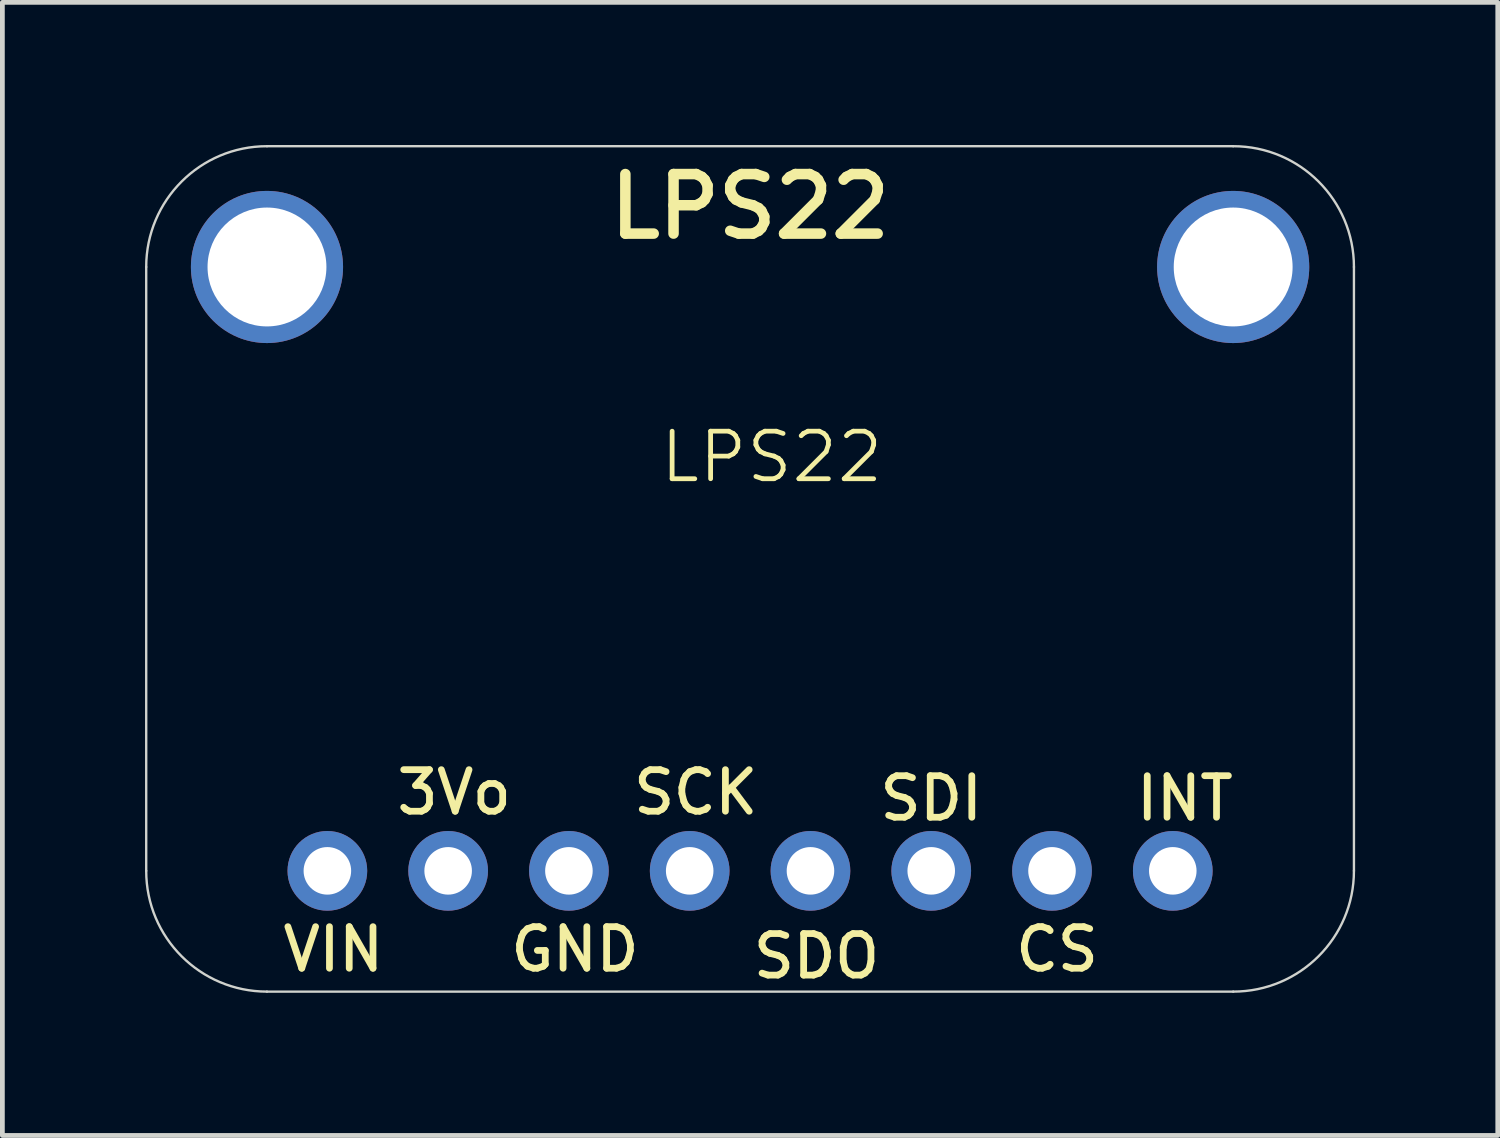
<source format=kicad_pcb>
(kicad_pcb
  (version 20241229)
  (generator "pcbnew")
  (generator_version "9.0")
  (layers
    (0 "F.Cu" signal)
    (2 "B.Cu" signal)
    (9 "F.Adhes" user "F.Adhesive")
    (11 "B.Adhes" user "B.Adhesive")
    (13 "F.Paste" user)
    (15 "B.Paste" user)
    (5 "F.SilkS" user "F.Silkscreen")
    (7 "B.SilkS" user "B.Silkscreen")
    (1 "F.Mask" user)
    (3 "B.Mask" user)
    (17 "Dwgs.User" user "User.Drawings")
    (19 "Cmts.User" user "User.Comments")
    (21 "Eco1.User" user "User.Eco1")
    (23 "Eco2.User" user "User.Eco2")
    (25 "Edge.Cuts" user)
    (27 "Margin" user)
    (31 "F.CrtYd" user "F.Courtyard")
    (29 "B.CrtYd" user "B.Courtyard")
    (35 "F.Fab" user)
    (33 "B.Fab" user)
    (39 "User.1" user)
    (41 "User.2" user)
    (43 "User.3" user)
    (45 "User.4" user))
  (footprint "LPS22"
    (layer "F.Cu")
    (at 13.181 7.061)
    (property "Reference" "LPS22" (at 0 -0.5 0) (unlocked yes) (layer "F.SilkS") (effects (font (size 1 1) (thickness 0.1))))
    (attr through_hole)
    (fp_line (start -13.156 -4.496) (end -13.156 8.204) (stroke (width 0.05) (type solid)) (layer "Edge.Cuts"))
    (fp_line (start -10.616 10.744) (end 9.704 10.744) (stroke (width 0.05) (type solid)) (layer "Edge.Cuts"))
    (fp_line (start 9.704 -7.036) (end -10.616 -7.036) (stroke (width 0.05) (type solid)) (layer "Edge.Cuts"))
    (fp_line (start 12.244 8.204) (end 12.244 -4.496) (stroke (width 0.05) (type solid)) (layer "Edge.Cuts"))
    (fp_arc (start -13.156051 -4.496051) (mid -12.412102 -6.292102) (end -10.616051 -7.036051) (stroke (width 0.05) (type solid)) (layer "Edge.Cuts"))
    (fp_arc (start -10.616051 10.743949) (mid -12.412102 10) (end -13.156051 8.203949) (stroke (width 0.05) (type solid)) (layer "Edge.Cuts"))
    (fp_arc (start 9.703949 -7.036051) (mid 11.5 -6.292102) (end 12.243949 -4.496051) (stroke (width 0.05) (type solid)) (layer "Edge.Cuts"))
    (fp_arc (start 12.243949 8.203949) (mid 11.5 10) (end 9.703949 10.743949) (stroke (width 0.05) (type solid)) (layer "Edge.Cuts"))
    (fp_text user "3Vo" (at -6.679 6.553 0) (unlocked yes) (layer "F.SilkS") (effects (font (size 0.874 0.874) (thickness 0.142))))
    (fp_text user "SDO" (at 0.941 10 0) (unlocked yes) (layer "F.SilkS") (effects (font (size 0.874 0.874) (thickness 0.142))))
    (fp_text user "CS" (at 6 9.855 0) (unlocked yes) (layer "F.SilkS") (effects (font (size 0.874 0.874) (thickness 0.142))))
    (fp_text user "LPS22" (at -0.456 -5.766 0) (unlocked yes) (layer "F.SilkS") (effects (font (size 1.252 1.252) (thickness 0.221))))
    (fp_text user "SCK" (at -1.599 6.553 0) (unlocked yes) (layer "F.SilkS") (effects (font (size 0.874 0.874) (thickness 0.142))))
    (fp_text user "VIN" (at -9.219 9.855 0) (unlocked yes) (layer "F.SilkS") (effects (font (size 0.874 0.874) (thickness 0.142))))
    (fp_text user "INT" (at 8.688 6.68 0) (unlocked yes) (layer "F.SilkS") (effects (font (size 0.874 0.874) (thickness 0.142))))
    (fp_text user "GND" (at -4.139 9.855 0) (unlocked yes) (layer "F.SilkS") (effects (font (size 0.874 0.874) (thickness 0.142))))
    (fp_text user "SDI" (at 3.354 6.68 0) (unlocked yes) (layer "F.SilkS") (effects (font (size 0.874 0.874) (thickness 0.142))))
    (pad "1" thru_hole circle (at -9.346 8.204 90) (size 1.676 1.676) (drill 1) (layers "*.Cu" "*.Mask"))
    (pad "2" thru_hole circle (at -6.806 8.204 90) (size 1.676 1.676) (drill 1) (layers "*.Cu" "*.Mask"))
    (pad "3" thru_hole circle (at -4.266 8.204 90) (size 1.676 1.676) (drill 1) (layers "*.Cu" "*.Mask"))
    (pad "4" thru_hole circle (at -1.726 8.204 90) (size 1.676 1.676) (drill 1) (layers "*.Cu" "*.Mask"))
    (pad "5" thru_hole circle (at 0.814 8.204 90) (size 1.676 1.676) (drill 1) (layers "*.Cu" "*.Mask"))
    (pad "6" thru_hole circle (at 3.354 8.204 90) (size 1.676 1.676) (drill 1) (layers "*.Cu" "*.Mask"))
    (pad "7" thru_hole circle (at 5.894 8.204 90) (size 1.676 1.676) (drill 1) (layers "*.Cu" "*.Mask"))
    (pad "8" thru_hole circle (at 8.434 8.204 90) (size 1.676 1.676) (drill 1) (layers "*.Cu" "*.Mask"))
    (pad "P$1" thru_hole circle (at -10.616 -4.496) (size 3.2 3.2) (drill 2.5) (layers "*.Cu" "*.Mask"))
    (pad "P$1" thru_hole circle (at 9.704 -4.496) (size 3.2 3.2) (drill 2.5) (layers "*.Cu" "*.Mask"))
    (zone (net_name "") (layer "F.Cu") (hatch edge 0.5) (connect_pads) (min_thickness 0.25) (filled_areas_thickness no) (keepout (tracks not_allowed) (vias not_allowed) (pads not_allowed) (copperpour not_allowed) (footprints allowed)) (placement (enabled no)) (fill) (polygon (pts (xy 4.581 2.565) (xy 4.561 2.284) (xy 4.503 2.009) (xy 4.407 1.745) (xy 4.275 1.497) (xy 4.109 1.269) (xy 3.914 1.067) (xy 3.692 0.894) (xy 3.449 0.753) (xy 3.188 0.648) (xy 2.915 0.58) (xy 2.635 0.55) (xy 2.354 0.56) (xy 2.077 0.609) (xy 1.81 0.696) (xy 1.557 0.819) (xy 1.324 0.976) (xy 1.115 1.165) (xy 0.934 1.38) (xy 0.785 1.619) (xy 0.671 1.875) (xy 0.593 2.146) (xy 0.554 2.424) (xy 0.554 2.706) (xy 0.593 2.984) (xy 0.671 3.255) (xy 0.785 3.511) (xy 0.934 3.75) (xy 1.115 3.965) (xy 1.324 4.154) (xy 1.557 4.311) (xy 1.81 4.434) (xy 2.077 4.521) (xy 2.354 4.57) (xy 2.635 4.58) (xy 2.915 4.55) (xy 3.188 4.482) (xy 3.449 4.377) (xy 3.692 4.236) (xy 3.914 4.063) (xy 4.109 3.861) (xy 4.275 3.633) (xy 4.407 3.385) (xy 4.503 3.121) (xy 4.561 2.846))) (polygon (pts (xy 2.549 2.565) (xy 2.554 2.576) (xy 2.565 2.581) (xy 2.576 2.576) (xy 2.581 2.565) (xy 2.576 2.554) (xy 2.565 2.549) (xy 2.554 2.554))))
    (zone (net_name "") (layer "F.Cu") (hatch edge 0.5) (connect_pads) (min_thickness 0.25) (filled_areas_thickness no) (keepout (tracks not_allowed) (vias not_allowed) (pads not_allowed) (copperpour not_allowed) (footprints allowed)) (placement (enabled no)) (fill) (polygon (pts (xy 24.901 2.565) (xy 24.881 2.284) (xy 24.823 2.009) (xy 24.727 1.745) (xy 24.595 1.497) (xy 24.429 1.269) (xy 24.234 1.067) (xy 24.012 0.894) (xy 23.769 0.753) (xy 23.508 0.648) (xy 23.235 0.58) (xy 22.955 0.55) (xy 22.674 0.56) (xy 22.397 0.609) (xy 22.13 0.696) (xy 21.877 0.819) (xy 21.644 0.976) (xy 21.435 1.165) (xy 21.254 1.38) (xy 21.105 1.619) (xy 20.991 1.875) (xy 20.913 2.146) (xy 20.874 2.424) (xy 20.874 2.706) (xy 20.913 2.984) (xy 20.991 3.255) (xy 21.105 3.511) (xy 21.254 3.75) (xy 21.435 3.965) (xy 21.644 4.154) (xy 21.877 4.311) (xy 22.13 4.434) (xy 22.397 4.521) (xy 22.674 4.57) (xy 22.955 4.58) (xy 23.235 4.55) (xy 23.508 4.482) (xy 23.769 4.377) (xy 24.012 4.236) (xy 24.234 4.063) (xy 24.429 3.861) (xy 24.595 3.633) (xy 24.727 3.385) (xy 24.823 3.121) (xy 24.881 2.846))) (polygon (pts (xy 22.869 2.565) (xy 22.874 2.576) (xy 22.885 2.581) (xy 22.896 2.576) (xy 22.901 2.565) (xy 22.896 2.554) (xy 22.885 2.549) (xy 22.874 2.554))))
    (zone (net_name "") (layer "B.Cu") (hatch edge 0.5) (connect_pads) (min_thickness 0.25) (filled_areas_thickness no) (keepout (tracks not_allowed) (vias not_allowed) (pads not_allowed) (copperpour not_allowed) (footprints allowed)) (placement (enabled no)) (fill) (polygon (pts (xy 4.581 2.565) (xy 4.561 2.284) (xy 4.503 2.009) (xy 4.407 1.745) (xy 4.275 1.497) (xy 4.109 1.269) (xy 3.914 1.067) (xy 3.692 0.894) (xy 3.449 0.753) (xy 3.188 0.648) (xy 2.915 0.58) (xy 2.635 0.55) (xy 2.354 0.56) (xy 2.077 0.609) (xy 1.81 0.696) (xy 1.557 0.819) (xy 1.324 0.976) (xy 1.115 1.165) (xy 0.934 1.38) (xy 0.785 1.619) (xy 0.671 1.875) (xy 0.593 2.146) (xy 0.554 2.424) (xy 0.554 2.706) (xy 0.593 2.984) (xy 0.671 3.255) (xy 0.785 3.511) (xy 0.934 3.75) (xy 1.115 3.965) (xy 1.324 4.154) (xy 1.557 4.311) (xy 1.81 4.434) (xy 2.077 4.521) (xy 2.354 4.57) (xy 2.635 4.58) (xy 2.915 4.55) (xy 3.188 4.482) (xy 3.449 4.377) (xy 3.692 4.236) (xy 3.914 4.063) (xy 4.109 3.861) (xy 4.275 3.633) (xy 4.407 3.385) (xy 4.503 3.121) (xy 4.561 2.846))) (polygon (pts (xy 2.549 2.565) (xy 2.554 2.576) (xy 2.565 2.581) (xy 2.576 2.576) (xy 2.581 2.565) (xy 2.576 2.554) (xy 2.565 2.549) (xy 2.554 2.554))))
    (zone (net_name "") (layer "B.Cu") (hatch edge 0.5) (connect_pads) (min_thickness 0.25) (filled_areas_thickness no) (keepout (tracks not_allowed) (vias not_allowed) (pads not_allowed) (copperpour not_allowed) (footprints allowed)) (placement (enabled no)) (fill) (polygon (pts (xy 24.901 2.565) (xy 24.881 2.284) (xy 24.823 2.009) (xy 24.727 1.745) (xy 24.595 1.497) (xy 24.429 1.269) (xy 24.234 1.067) (xy 24.012 0.894) (xy 23.769 0.753) (xy 23.508 0.648) (xy 23.235 0.58) (xy 22.955 0.55) (xy 22.674 0.56) (xy 22.397 0.609) (xy 22.13 0.696) (xy 21.877 0.819) (xy 21.644 0.976) (xy 21.435 1.165) (xy 21.254 1.38) (xy 21.105 1.619) (xy 20.991 1.875) (xy 20.913 2.146) (xy 20.874 2.424) (xy 20.874 2.706) (xy 20.913 2.984) (xy 20.991 3.255) (xy 21.105 3.511) (xy 21.254 3.75) (xy 21.435 3.965) (xy 21.644 4.154) (xy 21.877 4.311) (xy 22.13 4.434) (xy 22.397 4.521) (xy 22.674 4.57) (xy 22.955 4.58) (xy 23.235 4.55) (xy 23.508 4.482) (xy 23.769 4.377) (xy 24.012 4.236) (xy 24.234 4.063) (xy 24.429 3.861) (xy 24.595 3.633) (xy 24.727 3.385) (xy 24.823 3.121) (xy 24.881 2.846))) (polygon (pts (xy 22.869 2.565) (xy 22.874 2.576) (xy 22.885 2.581) (xy 22.896 2.576) (xy 22.901 2.565) (xy 22.896 2.554) (xy 22.885 2.549) (xy 22.874 2.554)))))
  (gr_rect
    (start -3 -3)
    (end 28.45 20.83)
    (stroke (width 0.1) (type default))
    (fill no)
    (layer "Edge.Cuts")))
</source>
